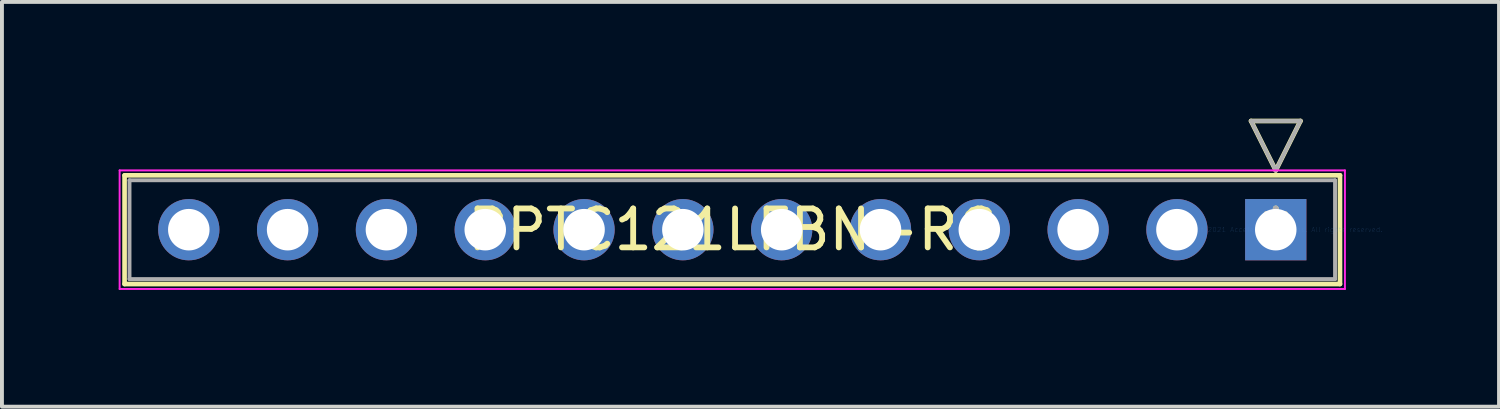
<source format=kicad_pcb>
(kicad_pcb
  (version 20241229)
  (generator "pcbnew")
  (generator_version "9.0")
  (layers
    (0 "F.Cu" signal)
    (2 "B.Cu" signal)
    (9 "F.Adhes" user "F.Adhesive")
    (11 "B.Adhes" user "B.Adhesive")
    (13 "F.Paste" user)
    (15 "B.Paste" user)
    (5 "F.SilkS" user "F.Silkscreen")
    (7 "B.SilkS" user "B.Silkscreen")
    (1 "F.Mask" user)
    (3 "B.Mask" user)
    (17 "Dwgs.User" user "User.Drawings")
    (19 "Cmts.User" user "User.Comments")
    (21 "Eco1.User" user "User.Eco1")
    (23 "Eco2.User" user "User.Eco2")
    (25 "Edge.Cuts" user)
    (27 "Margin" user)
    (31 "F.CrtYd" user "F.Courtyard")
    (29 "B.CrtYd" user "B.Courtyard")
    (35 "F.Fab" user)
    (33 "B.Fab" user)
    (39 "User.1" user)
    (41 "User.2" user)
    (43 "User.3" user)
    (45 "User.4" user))
  (footprint "PPTC121LFBN-RC"
    (layer "F.Cu")
    (at 29.743 2.854)
    (property "Reference" "PPTC121LFBN-RC" (at -13.97 0 0) (layer "F.SilkS") (effects (font (size 1 1) (thickness 0.15))))
    (attr through_hole)
    (fp_line (start -29.591 -1.397) (end -29.591 1.397) (stroke (width 0.12) (type solid)) (layer "F.SilkS"))
    (fp_line (start -29.591 1.397) (end 1.651 1.397) (stroke (width 0.12) (type solid)) (layer "F.SilkS"))
    (fp_line (start -0.635 -2.794) (end 0.635 -2.794) (stroke (width 0.12) (type solid)) (layer "F.SilkS"))
    (fp_line (start 0 -1.524) (end -0.635 -2.794) (stroke (width 0.12) (type solid)) (layer "F.SilkS"))
    (fp_line (start 0.635 -2.794) (end 0 -1.524) (stroke (width 0.12) (type solid)) (layer "F.SilkS"))
    (fp_line (start 1.651 -1.397) (end -29.591 -1.397) (stroke (width 0.12) (type solid)) (layer "F.SilkS"))
    (fp_line (start 1.651 1.397) (end 1.651 -1.397) (stroke (width 0.12) (type solid)) (layer "F.SilkS"))
    (fp_line (start -29.718 -1.524) (end -29.718 1.524) (stroke (width 0.05) (type solid)) (layer "F.CrtYd"))
    (fp_line (start -29.718 1.524) (end 1.778 1.524) (stroke (width 0.05) (type solid)) (layer "F.CrtYd"))
    (fp_line (start 1.778 -1.524) (end -29.718 -1.524) (stroke (width 0.05) (type solid)) (layer "F.CrtYd"))
    (fp_line (start 1.778 1.524) (end 1.778 -1.524) (stroke (width 0.05) (type solid)) (layer "F.CrtYd"))
    (fp_line (start -29.464 -1.27) (end -29.464 1.27) (stroke (width 0.1) (type solid)) (layer "F.Fab"))
    (fp_line (start -29.464 1.27) (end 1.524 1.27) (stroke (width 0.1) (type solid)) (layer "F.Fab"))
    (fp_line (start -0.635 -2.794) (end 0.635 -2.794) (stroke (width 0.1) (type solid)) (layer "F.Fab"))
    (fp_line (start 0 -1.524) (end -0.635 -2.794) (stroke (width 0.1) (type solid)) (layer "F.Fab"))
    (fp_line (start 0.635 -2.794) (end 0 -1.524) (stroke (width 0.1) (type solid)) (layer "F.Fab"))
    (fp_line (start 1.524 -1.27) (end -29.464 -1.27) (stroke (width 0.1) (type solid)) (layer "F.Fab"))
    (fp_line (start 1.524 1.27) (end 1.524 -1.27) (stroke (width 0.1) (type solid)) (layer "F.Fab"))
    (fp_text user "*" (at 0 0 0) (layer "F.SilkS") (effects (font (size 1 1) (thickness 0.15))))
    (fp_text user "Copyright 2021 Accelerated Designs. All rights reserved." (at 0 0 0) (layer "Cmts.User") (effects (font (size 0.127 0.127) (thickness 0.002))))
    (fp_text user "*" (at 0 0 0) (layer "F.Fab") (effects (font (size 1 1) (thickness 0.15))))
    (pad "1" thru_hole rect (at 0 0) (size 1.575 1.575) (drill 1.067) (layers "*.Cu" "*.Mask"))
    (pad "2" thru_hole circle (at -2.54 0) (size 1.575 1.575) (drill 1.067) (layers "*.Cu" "*.Mask"))
    (pad "3" thru_hole circle (at -5.08 0) (size 1.575 1.575) (drill 1.067) (layers "*.Cu" "*.Mask"))
    (pad "4" thru_hole circle (at -7.62 0) (size 1.575 1.575) (drill 1.067) (layers "*.Cu" "*.Mask"))
    (pad "5" thru_hole circle (at -10.16 0) (size 1.575 1.575) (drill 1.067) (layers "*.Cu" "*.Mask"))
    (pad "6" thru_hole circle (at -12.7 0) (size 1.575 1.575) (drill 1.067) (layers "*.Cu" "*.Mask"))
    (pad "7" thru_hole circle (at -15.24 0) (size 1.575 1.575) (drill 1.067) (layers "*.Cu" "*.Mask"))
    (pad "8" thru_hole circle (at -17.78 0) (size 1.575 1.575) (drill 1.067) (layers "*.Cu" "*.Mask"))
    (pad "9" thru_hole circle (at -20.32 0) (size 1.575 1.575) (drill 1.067) (layers "*.Cu" "*.Mask"))
    (pad "10" thru_hole circle (at -22.86 0) (size 1.575 1.575) (drill 1.067) (layers "*.Cu" "*.Mask"))
    (pad "11" thru_hole circle (at -25.4 0) (size 1.575 1.575) (drill 1.067) (layers "*.Cu" "*.Mask"))
    (pad "12" thru_hole circle (at -27.94 0) (size 1.575 1.575) (drill 1.067) (layers "*.Cu" "*.Mask")))
  (gr_rect
    (start -3 -3)
    (end 35.482 7.403)
    (stroke (width 0.1) (type default))
    (fill no)
    (layer "Edge.Cuts")))
</source>
